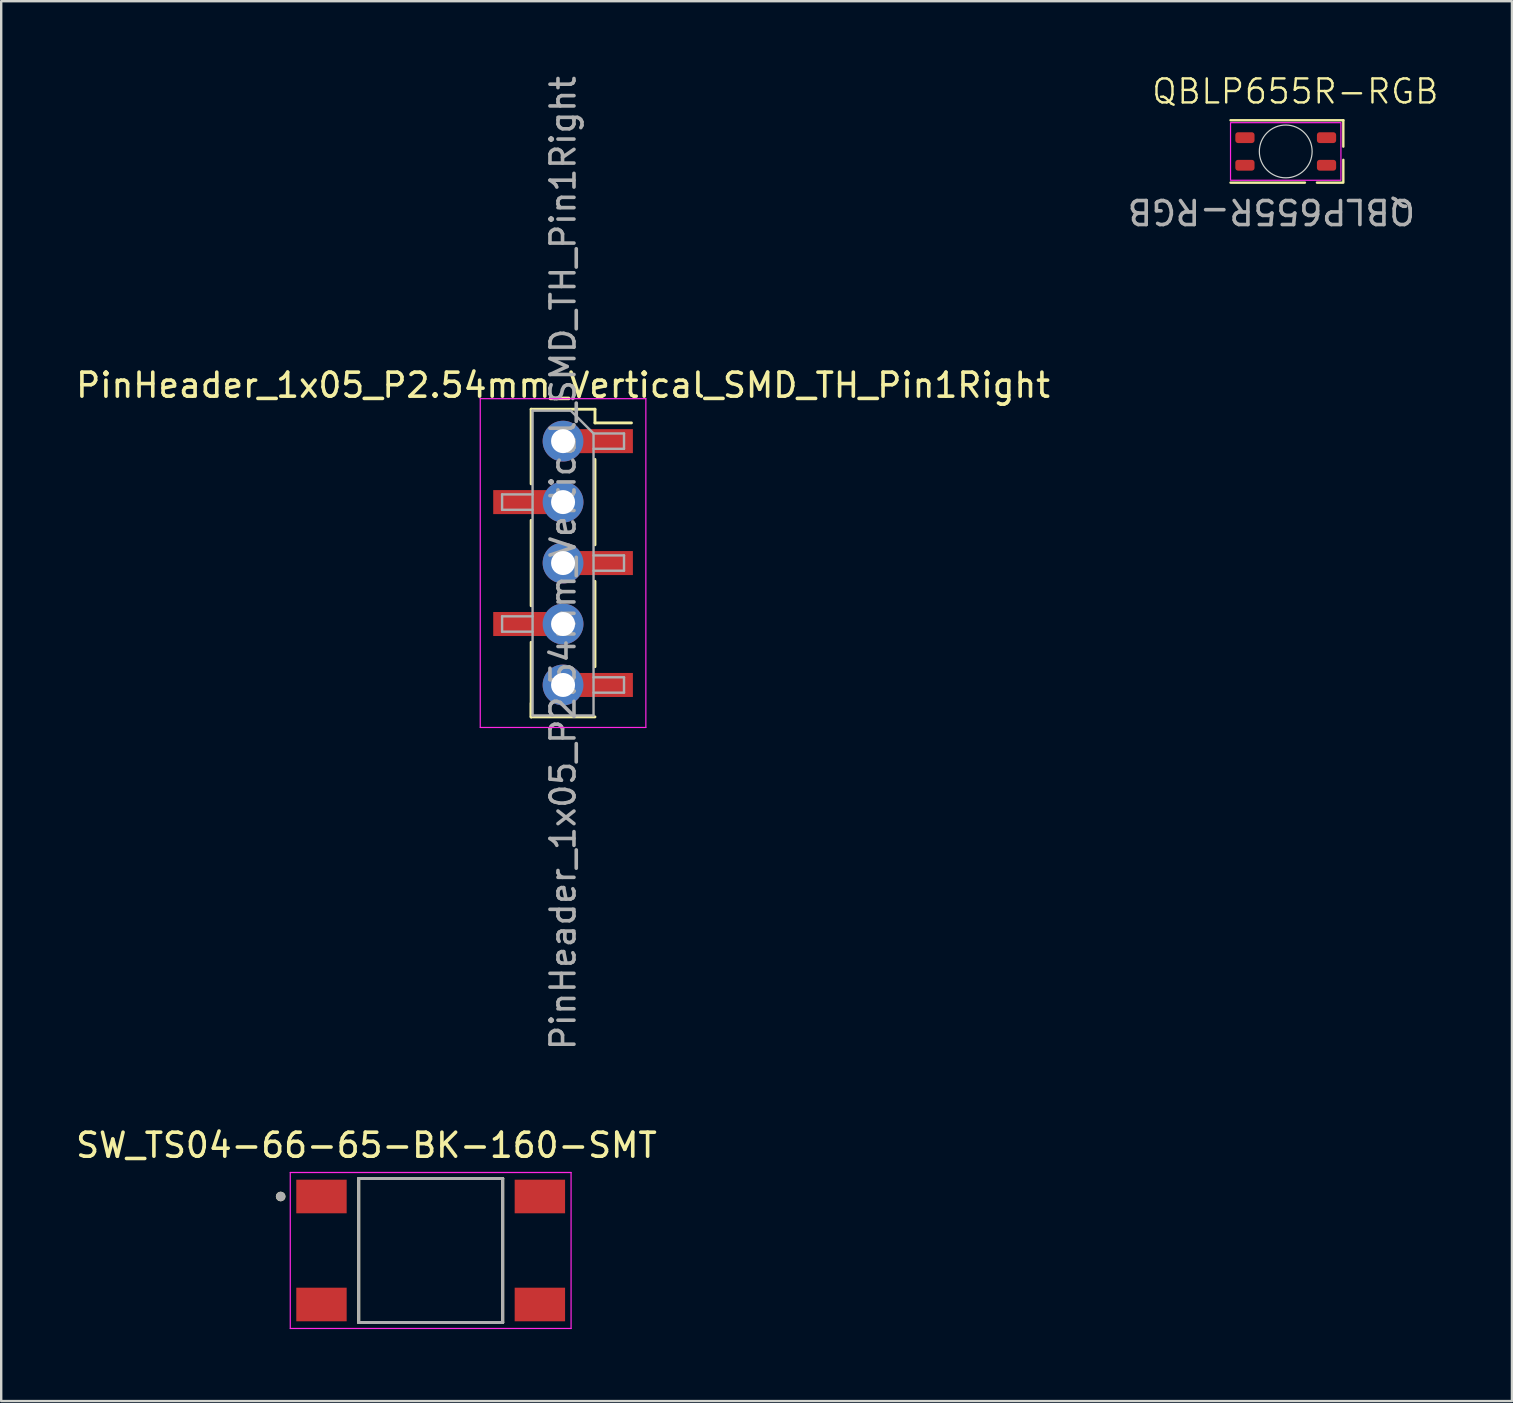
<source format=kicad_pcb>
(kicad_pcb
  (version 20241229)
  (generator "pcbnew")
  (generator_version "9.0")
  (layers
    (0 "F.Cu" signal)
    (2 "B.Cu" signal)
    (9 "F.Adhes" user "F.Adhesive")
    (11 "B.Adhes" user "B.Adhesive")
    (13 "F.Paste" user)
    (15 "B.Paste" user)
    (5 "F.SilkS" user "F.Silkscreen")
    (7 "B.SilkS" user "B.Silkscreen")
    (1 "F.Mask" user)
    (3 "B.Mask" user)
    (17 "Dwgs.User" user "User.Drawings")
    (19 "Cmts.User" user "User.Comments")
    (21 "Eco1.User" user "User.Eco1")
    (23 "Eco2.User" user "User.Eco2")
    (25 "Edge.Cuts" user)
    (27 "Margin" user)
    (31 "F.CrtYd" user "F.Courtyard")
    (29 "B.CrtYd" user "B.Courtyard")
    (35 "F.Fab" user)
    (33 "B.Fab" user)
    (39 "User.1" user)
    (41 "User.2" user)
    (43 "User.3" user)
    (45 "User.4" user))
  (footprint "SW_TS04-66-65-BK-160-SMT"
    (layer "F.Cu")
    (at 14.895 49.055)
    (property "Reference" "SW_TS04-66-65-BK-160-SMT" (at -2.675 -4.385 0) (layer "F.SilkS") (effects (font (size 1 1) (thickness 0.15))))
    (attr smd)
    (fp_line (start -3 -3) (end -3 3) (stroke (width 0.127) (type solid)) (layer "F.SilkS"))
    (fp_line (start -3 3) (end 3 3) (stroke (width 0.127) (type solid)) (layer "F.SilkS"))
    (fp_line (start 3 -3) (end -3 -3) (stroke (width 0.127) (type solid)) (layer "F.SilkS"))
    (fp_line (start 3 3) (end 3 -3) (stroke (width 0.127) (type solid)) (layer "F.SilkS"))
    (fp_circle (center -6.25 -2.25) (end -6.15 -2.25) (stroke (width 0.2) (type solid)) (fill no) (layer "F.SilkS"))
    (fp_line (start -5.85 -3.25) (end -5.85 3.25) (stroke (width 0.05) (type solid)) (layer "F.CrtYd"))
    (fp_line (start -5.85 3.25) (end 5.85 3.25) (stroke (width 0.05) (type solid)) (layer "F.CrtYd"))
    (fp_line (start 5.85 -3.25) (end -5.85 -3.25) (stroke (width 0.05) (type solid)) (layer "F.CrtYd"))
    (fp_line (start 5.85 3.25) (end 5.85 -3.25) (stroke (width 0.05) (type solid)) (layer "F.CrtYd"))
    (fp_line (start -3 -3) (end -3 3) (stroke (width 0.127) (type solid)) (layer "F.Fab"))
    (fp_line (start -3 3) (end 3 3) (stroke (width 0.127) (type solid)) (layer "F.Fab"))
    (fp_line (start 3 -3) (end -3 -3) (stroke (width 0.127) (type solid)) (layer "F.Fab"))
    (fp_line (start 3 3) (end 3 -3) (stroke (width 0.127) (type solid)) (layer "F.Fab"))
    (fp_circle (center -6.25 -2.25) (end -6.15 -2.25) (stroke (width 0.2) (type solid)) (fill no) (layer "F.Fab"))
    (pad "1" smd rect (at -4.55 -2.25) (size 2.1 1.4) (layers "F.Cu" "F.Mask" "F.Paste"))
    (pad "2" smd rect (at -4.55 2.25) (size 2.1 1.4) (layers "F.Cu" "F.Mask" "F.Paste"))
    (pad "3" smd rect (at 4.55 -2.25) (size 2.1 1.4) (layers "F.Cu" "F.Mask" "F.Paste"))
    (pad "4" smd rect (at 4.55 2.25) (size 2.1 1.4) (layers "F.Cu" "F.Mask" "F.Paste")))
  (footprint "QBLP655R-RGB"
    (layer "F.Cu")
    (at 50.523 3.26)
    (property "Reference" "QBLP655R-RGB" (at 0.4 -2.5 0) (unlocked yes) (layer "F.SilkS") (effects (font (size 1 1) (thickness 0.1))))
    (attr smd)
    (fp_line (start -2.3 -1.3) (end 2.4 -1.3) (stroke (width 0.1) (type default)) (layer "F.SilkS"))
    (fp_line (start -2.3 1.3) (end 0.8 1.3) (stroke (width 0.1) (type default)) (layer "F.SilkS"))
    (fp_line (start 1.3 1.3) (end 2.4 1.3) (stroke (width 0.1) (type default)) (layer "F.SilkS"))
    (fp_line (start 2.4 -1.3) (end 2.4 -0.2) (stroke (width 0.1) (type default)) (layer "F.SilkS"))
    (fp_line (start 2.4 1.25) (end 2.4 0.35) (stroke (width 0.1) (type default)) (layer "F.SilkS"))
    (fp_circle (center 0 0) (end 1.1 0) (stroke (width 0.05) (type default)) (fill no) (layer "Edge.Cuts"))
    (fp_rect (start -2.3 -1.2) (end 2.3 1.2) (stroke (width 0.05) (type default)) (fill no) (layer "F.CrtYd"))
    (fp_text user "${REFERENCE}" (at -0.6 2.5 180) (unlocked yes) (layer "F.Fab") (effects (font (size 1 1) (thickness 0.15))))
    (pad "1" smd roundrect (at 1.7 0.575 180) (size 0.8 0.45) (layers "F.Cu" "F.Mask" "F.Paste") (roundrect_rratio 0.25))
    (pad "2" smd roundrect (at -1.7 0.575 180) (size 0.8 0.45) (layers "F.Cu" "F.Mask" "F.Paste") (roundrect_rratio 0.25))
    (pad "3" smd roundrect (at -1.7 -0.575 180) (size 0.8 0.45) (layers "F.Cu" "F.Mask" "F.Paste") (roundrect_rratio 0.25))
    (pad "4" smd roundrect (at 1.7 -0.575) (size 0.8 0.45) (layers "F.Cu" "F.Mask" "F.Paste") (roundrect_rratio 0.25)))
  (footprint "PinHeader_1x05_P2.54mm_Vertical_SMD_TH_Pin1Right"
    (layer "F.Cu")
    (at 20.411 20.411)
    (property "Reference" "PinHeader_1x05_P2.54mm_Vertical_SMD_TH_Pin1Right" (at 0 -7.41 0) (layer "F.SilkS") (effects (font (size 1 1) (thickness 0.15))))
    (attr smd)
    (fp_line (start -1.33 -6.41) (end -1.33 -3.3) (stroke (width 0.12) (type solid)) (layer "F.SilkS"))
    (fp_line (start -1.33 -6.41) (end 1.33 -6.41) (stroke (width 0.12) (type solid)) (layer "F.SilkS"))
    (fp_line (start -1.33 -1.78) (end -1.33 1.78) (stroke (width 0.12) (type solid)) (layer "F.SilkS"))
    (fp_line (start -1.33 3.3) (end -1.33 6.41) (stroke (width 0.12) (type solid)) (layer "F.SilkS"))
    (fp_line (start -1.33 5.84) (end -1.33 6.41) (stroke (width 0.12) (type solid)) (layer "F.SilkS"))
    (fp_line (start -1.33 6.41) (end 1.33 6.41) (stroke (width 0.12) (type solid)) (layer "F.SilkS"))
    (fp_line (start 1.33 -6.41) (end 1.33 -5.84) (stroke (width 0.12) (type solid)) (layer "F.SilkS"))
    (fp_line (start 1.33 -5.84) (end 2.85 -5.84) (stroke (width 0.12) (type solid)) (layer "F.SilkS"))
    (fp_line (start 1.33 -4.32) (end 1.33 -0.76) (stroke (width 0.12) (type solid)) (layer "F.SilkS"))
    (fp_line (start 1.33 0.76) (end 1.33 4.32) (stroke (width 0.12) (type solid)) (layer "F.SilkS"))
    (fp_line (start -3.45 -6.85) (end -3.45 6.85) (stroke (width 0.05) (type solid)) (layer "F.CrtYd"))
    (fp_line (start -3.45 6.85) (end 3.45 6.85) (stroke (width 0.05) (type solid)) (layer "F.CrtYd"))
    (fp_line (start 3.45 -6.85) (end -3.45 -6.85) (stroke (width 0.05) (type solid)) (layer "F.CrtYd"))
    (fp_line (start 3.45 6.85) (end 3.45 -6.85) (stroke (width 0.05) (type solid)) (layer "F.CrtYd"))
    (fp_line (start -2.54 -2.86) (end -2.54 -2.22) (stroke (width 0.1) (type solid)) (layer "F.Fab"))
    (fp_line (start -2.54 -2.22) (end -1.27 -2.22) (stroke (width 0.1) (type solid)) (layer "F.Fab"))
    (fp_line (start -2.54 2.22) (end -2.54 2.86) (stroke (width 0.1) (type solid)) (layer "F.Fab"))
    (fp_line (start -2.54 2.86) (end -1.27 2.86) (stroke (width 0.1) (type solid)) (layer "F.Fab"))
    (fp_line (start -1.27 -6.35) (end -1.27 6.35) (stroke (width 0.1) (type solid)) (layer "F.Fab"))
    (fp_line (start -1.27 -6.35) (end 0.32 -6.35) (stroke (width 0.1) (type solid)) (layer "F.Fab"))
    (fp_line (start -1.27 -2.86) (end -2.54 -2.86) (stroke (width 0.1) (type solid)) (layer "F.Fab"))
    (fp_line (start -1.27 2.22) (end -2.54 2.22) (stroke (width 0.1) (type solid)) (layer "F.Fab"))
    (fp_line (start 1.27 -5.4) (end 0.32 -6.35) (stroke (width 0.1) (type solid)) (layer "F.Fab"))
    (fp_line (start 1.27 -5.4) (end 2.54 -5.4) (stroke (width 0.1) (type solid)) (layer "F.Fab"))
    (fp_line (start 1.27 -0.32) (end 2.54 -0.32) (stroke (width 0.1) (type solid)) (layer "F.Fab"))
    (fp_line (start 1.27 4.76) (end 2.54 4.76) (stroke (width 0.1) (type solid)) (layer "F.Fab"))
    (fp_line (start 1.27 6.35) (end -1.27 6.35) (stroke (width 0.1) (type solid)) (layer "F.Fab"))
    (fp_line (start 1.27 6.35) (end 1.27 -5.4) (stroke (width 0.1) (type solid)) (layer "F.Fab"))
    (fp_line (start 2.54 -5.4) (end 2.54 -4.76) (stroke (width 0.1) (type solid)) (layer "F.Fab"))
    (fp_line (start 2.54 -4.76) (end 1.27 -4.76) (stroke (width 0.1) (type solid)) (layer "F.Fab"))
    (fp_line (start 2.54 -0.32) (end 2.54 0.32) (stroke (width 0.1) (type solid)) (layer "F.Fab"))
    (fp_line (start 2.54 0.32) (end 1.27 0.32) (stroke (width 0.1) (type solid)) (layer "F.Fab"))
    (fp_line (start 2.54 4.76) (end 2.54 5.4) (stroke (width 0.1) (type solid)) (layer "F.Fab"))
    (fp_line (start 2.54 5.4) (end 1.27 5.4) (stroke (width 0.1) (type solid)) (layer "F.Fab"))
    (fp_text user "${REFERENCE}" (at 0 0 90) (layer "F.Fab") (effects (font (size 1 1) (thickness 0.15))))
    (pad "1" thru_hole oval (at 0 -5.08) (size 1.7 1.7) (drill 1) (layers "*.Cu" "*.Mask"))
    (pad "1" smd rect (at 1.805 -5.08) (size 2.21 1) (layers "F.Cu" "F.Mask" "F.Paste"))
    (pad "2" smd rect (at -1.805 -2.54) (size 2.21 1) (layers "F.Cu" "F.Mask" "F.Paste"))
    (pad "2" thru_hole oval (at 0 -2.54) (size 1.7 1.7) (drill 1) (layers "*.Cu" "*.Mask"))
    (pad "3" thru_hole oval (at 0 0) (size 1.7 1.7) (drill 1) (layers "*.Cu" "*.Mask"))
    (pad "3" smd rect (at 1.805 0) (size 2.21 1) (layers "F.Cu" "F.Mask" "F.Paste"))
    (pad "4" smd rect (at -1.805 2.54) (size 2.21 1) (layers "F.Cu" "F.Mask" "F.Paste"))
    (pad "4" thru_hole oval (at 0 2.54) (size 1.7 1.7) (drill 1) (layers "*.Cu" "*.Mask"))
    (pad "5" thru_hole oval (at 0 5.08) (size 1.7 1.7) (drill 1) (layers "*.Cu" "*.Mask"))
    (pad "5" smd rect (at 1.805 5.08) (size 2.21 1) (layers "F.Cu" "F.Mask" "F.Paste")))
  (gr_rect
    (start -3 -3)
    (end 59.949 55.33)
    (stroke (width 0.1) (type default))
    (fill no)
    (layer "Edge.Cuts")))
</source>
